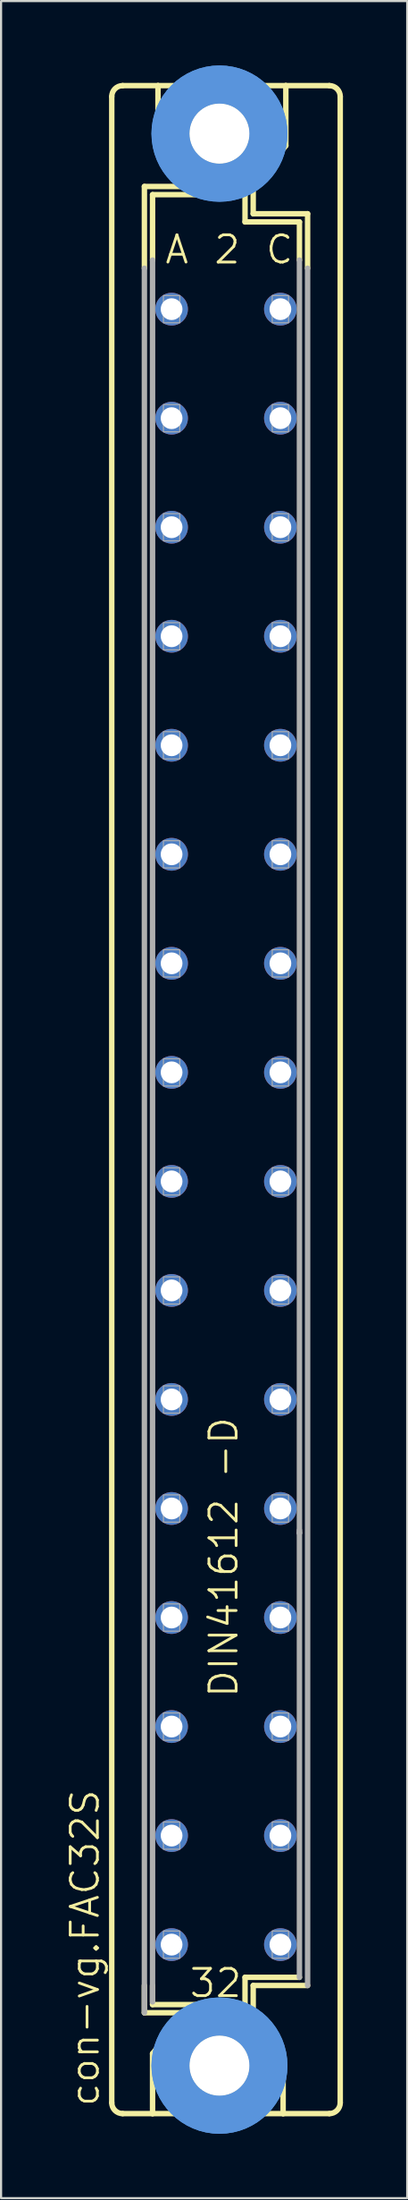
<source format=kicad_pcb>
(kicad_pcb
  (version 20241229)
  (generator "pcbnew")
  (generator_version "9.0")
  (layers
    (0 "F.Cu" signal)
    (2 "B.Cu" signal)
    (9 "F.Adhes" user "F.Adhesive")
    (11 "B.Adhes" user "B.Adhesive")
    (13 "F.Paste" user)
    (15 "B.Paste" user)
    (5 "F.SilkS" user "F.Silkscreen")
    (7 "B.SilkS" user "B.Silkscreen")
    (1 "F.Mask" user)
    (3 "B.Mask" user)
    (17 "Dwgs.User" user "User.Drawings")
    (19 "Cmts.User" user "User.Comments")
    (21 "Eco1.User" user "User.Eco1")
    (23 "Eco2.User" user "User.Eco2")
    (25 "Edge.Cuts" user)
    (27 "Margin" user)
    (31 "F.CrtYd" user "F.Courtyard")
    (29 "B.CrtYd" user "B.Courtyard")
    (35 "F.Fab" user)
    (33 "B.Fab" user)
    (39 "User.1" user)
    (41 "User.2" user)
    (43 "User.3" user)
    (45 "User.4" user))
  (footprint "con-vg.FAC32S"
    (layer "F.Cu")
    (at 7.502 48.184)
    (property "Reference" "con-vg.FAC32S" (at -5.842 46.99 90) (layer "F.SilkS") (effects (font (size 1.27 1.27) (thickness 0.13)) (justify left bottom)))
    (attr through_hole)
    (fp_line (start -5.334 46.736) (end -5.334 -46.736) (stroke (width 0.254) (type default)) (layer "F.SilkS"))
    (fp_line (start -4.826 47.244) (end -3.429 47.244) (stroke (width 0.254) (type default)) (layer "F.SilkS"))
    (fp_line (start -3.81 -38.735) (end -3.81 -42.545) (stroke (width 0.254) (type default)) (layer "F.SilkS"))
    (fp_line (start -3.81 41.275) (end -3.81 42.545) (stroke (width 0.254) (type default)) (layer "F.SilkS"))
    (fp_line (start -3.81 42.545) (end -1.905 42.545) (stroke (width 0.254) (type default)) (layer "F.SilkS"))
    (fp_line (start -3.429 -42.164) (end -3.429 -39.116) (stroke (width 0.254) (type default)) (layer "F.SilkS"))
    (fp_line (start -3.429 41.275) (end -3.429 42.164) (stroke (width 0.254) (type default)) (layer "F.SilkS"))
    (fp_line (start -3.429 47.244) (end -3.429 44.45) (stroke (width 0.254) (type default)) (layer "F.SilkS"))
    (fp_line (start -3.429 47.244) (end 2.667 47.244) (stroke (width 0.254) (type default)) (layer "F.SilkS"))
    (fp_line (start -3.175 -47.244) (end -4.826 -47.244) (stroke (width 0.254) (type default)) (layer "F.SilkS"))
    (fp_line (start -3.175 -47.244) (end -3.175 -44.45) (stroke (width 0.254) (type default)) (layer "F.SilkS"))
    (fp_line (start -1.905 42.545) (end -3.429 44.45) (stroke (width 0.254) (type default)) (layer "F.SilkS"))
    (fp_line (start -1.905 42.545) (end 1.143 42.545) (stroke (width 0.254) (type default)) (layer "F.SilkS"))
    (fp_line (start -1.651 -42.545) (end -3.81 -42.545) (stroke (width 0.254) (type default)) (layer "F.SilkS"))
    (fp_line (start -1.651 -42.545) (end -3.175 -44.45) (stroke (width 0.254) (type default)) (layer "F.SilkS"))
    (fp_line (start 0.889 -42.164) (end -3.429 -42.164) (stroke (width 0.254) (type default)) (layer "F.SilkS"))
    (fp_line (start 0.889 -42.164) (end 0.889 -40.894) (stroke (width 0.254) (type default)) (layer "F.SilkS"))
    (fp_line (start 0.889 -40.894) (end 3.429 -40.894) (stroke (width 0.254) (type default)) (layer "F.SilkS"))
    (fp_line (start 0.889 40.894) (end 0.889 42.164) (stroke (width 0.254) (type default)) (layer "F.SilkS"))
    (fp_line (start 0.889 42.164) (end -3.429 42.164) (stroke (width 0.254) (type default)) (layer "F.SilkS"))
    (fp_line (start 1.143 42.545) (end 1.27 42.545) (stroke (width 0.254) (type default)) (layer "F.SilkS"))
    (fp_line (start 1.143 42.545) (end 2.667 44.45) (stroke (width 0.254) (type default)) (layer "F.SilkS"))
    (fp_line (start 1.27 -42.545) (end -1.651 -42.545) (stroke (width 0.254) (type default)) (layer "F.SilkS"))
    (fp_line (start 1.27 -42.545) (end 2.794 -44.45) (stroke (width 0.254) (type default)) (layer "F.SilkS"))
    (fp_line (start 1.27 -41.275) (end 1.27 -42.545) (stroke (width 0.254) (type default)) (layer "F.SilkS"))
    (fp_line (start 1.27 41.275) (end 3.81 41.275) (stroke (width 0.254) (type default)) (layer "F.SilkS"))
    (fp_line (start 1.27 42.545) (end 1.27 41.275) (stroke (width 0.254) (type default)) (layer "F.SilkS"))
    (fp_line (start 2.667 47.244) (end 2.667 44.45) (stroke (width 0.254) (type default)) (layer "F.SilkS"))
    (fp_line (start 2.667 47.244) (end 4.826 47.244) (stroke (width 0.254) (type default)) (layer "F.SilkS"))
    (fp_line (start 2.794 -47.244) (end -3.175 -47.244) (stroke (width 0.254) (type default)) (layer "F.SilkS"))
    (fp_line (start 2.794 -47.244) (end 2.794 -44.45) (stroke (width 0.254) (type default)) (layer "F.SilkS"))
    (fp_line (start 3.429 -39.116) (end 3.429 -40.894) (stroke (width 0.254) (type default)) (layer "F.SilkS"))
    (fp_line (start 3.429 40.894) (end 0.889 40.894) (stroke (width 0.254) (type default)) (layer "F.SilkS"))
    (fp_line (start 3.81 -41.275) (end 1.27 -41.275) (stroke (width 0.254) (type default)) (layer "F.SilkS"))
    (fp_line (start 3.81 -38.735) (end 3.81 -41.275) (stroke (width 0.254) (type default)) (layer "F.SilkS"))
    (fp_line (start 4.826 -47.244) (end 2.794 -47.244) (stroke (width 0.254) (type default)) (layer "F.SilkS"))
    (fp_line (start 5.334 46.736) (end 5.334 -46.736) (stroke (width 0.254) (type default)) (layer "F.SilkS"))
    (fp_arc (start -5.334 -46.736) (mid -5.18521 -47.09521) (end -4.826 -47.244) (stroke (width 0.254) (type default)) (layer "F.SilkS"))
    (fp_arc (start -4.826 47.244) (mid -5.18521 47.09521) (end -5.334 46.736) (stroke (width 0.254) (type default)) (layer "F.SilkS"))
    (fp_arc (start 4.826 -47.244) (mid 5.18521 -47.09521) (end 5.334 -46.736) (stroke (width 0.254) (type default)) (layer "F.SilkS"))
    (fp_arc (start 5.334 46.736) (mid 5.18521 47.09521) (end 4.826 47.244) (stroke (width 0.254) (type default)) (layer "F.SilkS"))
    (fp_circle (center -0.305 -45.009) (end 0.965 -45.009) (stroke (width 0.254) (type default)) (fill no) (layer "F.SilkS"))
    (fp_circle (center -0.305 45.009) (end 0.965 45.009) (stroke (width 0.254) (type default)) (fill no) (layer "F.SilkS"))
    (fp_circle (center -0.305 -45.009) (end 1.981 -45.009) (stroke (width 1.778) (type default)) (fill no) (layer "Cmts.User"))
    (fp_circle (center -0.305 -45.009) (end 1.981 -45.009) (stroke (width 1.778) (type default)) (fill no) (layer "Cmts.User"))
    (fp_circle (center -0.305 45.009) (end 1.981 45.009) (stroke (width 1.778) (type default)) (fill no) (layer "Cmts.User"))
    (fp_circle (center -0.305 45.009) (end 1.981 45.009) (stroke (width 1.778) (type default)) (fill no) (layer "Cmts.User"))
    (fp_line (start -3.81 -38.735) (end -3.81 42.545) (stroke (width 0.254) (type default)) (layer "F.Fab"))
    (fp_line (start -3.429 -39.116) (end -3.429 42.037) (stroke (width 0.254) (type default)) (layer "F.Fab"))
    (fp_line (start 3.429 20.193) (end 3.429 -39.116) (stroke (width 0.254) (type default)) (layer "F.Fab"))
    (fp_line (start 3.429 20.193) (end 3.429 20.066) (stroke (width 0.254) (type default)) (layer "F.Fab"))
    (fp_line (start 3.429 40.894) (end 3.429 20.193) (stroke (width 0.254) (type default)) (layer "F.Fab"))
    (fp_line (start 3.81 -38.735) (end 3.81 41.275) (stroke (width 0.254) (type default)) (layer "F.Fab"))
    (fp_rect (start -2.921 -36.195) (end -2.159 -37.465) (stroke (width 0.05) (type default)) (fill no) (layer "F.Fab"))
    (fp_rect (start -2.921 -31.115) (end -2.159 -32.385) (stroke (width 0.05) (type default)) (fill no) (layer "F.Fab"))
    (fp_rect (start -2.921 -26.035) (end -2.159 -27.305) (stroke (width 0.05) (type default)) (fill no) (layer "F.Fab"))
    (fp_rect (start -2.921 -20.955) (end -2.159 -22.225) (stroke (width 0.05) (type default)) (fill no) (layer "F.Fab"))
    (fp_rect (start -2.921 -15.875) (end -2.159 -17.145) (stroke (width 0.05) (type default)) (fill no) (layer "F.Fab"))
    (fp_rect (start -2.921 -10.795) (end -2.159 -12.065) (stroke (width 0.05) (type default)) (fill no) (layer "F.Fab"))
    (fp_rect (start -2.921 -5.715) (end -2.159 -6.985) (stroke (width 0.05) (type default)) (fill no) (layer "F.Fab"))
    (fp_rect (start -2.921 -0.635) (end -2.159 -1.905) (stroke (width 0.05) (type default)) (fill no) (layer "F.Fab"))
    (fp_rect (start -2.921 4.445) (end -2.159 3.175) (stroke (width 0.05) (type default)) (fill no) (layer "F.Fab"))
    (fp_rect (start -2.921 9.525) (end -2.159 8.255) (stroke (width 0.05) (type default)) (fill no) (layer "F.Fab"))
    (fp_rect (start -2.921 14.605) (end -2.159 13.335) (stroke (width 0.05) (type default)) (fill no) (layer "F.Fab"))
    (fp_rect (start -2.921 19.685) (end -2.159 18.415) (stroke (width 0.05) (type default)) (fill no) (layer "F.Fab"))
    (fp_rect (start -2.921 24.765) (end -2.159 23.495) (stroke (width 0.05) (type default)) (fill no) (layer "F.Fab"))
    (fp_rect (start -2.921 29.845) (end -2.159 28.575) (stroke (width 0.05) (type default)) (fill no) (layer "F.Fab"))
    (fp_rect (start -2.921 34.925) (end -2.159 33.655) (stroke (width 0.05) (type default)) (fill no) (layer "F.Fab"))
    (fp_rect (start -2.921 40.005) (end -2.159 38.735) (stroke (width 0.05) (type default)) (fill no) (layer "F.Fab"))
    (fp_rect (start 2.159 -36.195) (end 2.921 -37.465) (stroke (width 0.05) (type default)) (fill no) (layer "F.Fab"))
    (fp_rect (start 2.159 -31.115) (end 2.921 -32.385) (stroke (width 0.05) (type default)) (fill no) (layer "F.Fab"))
    (fp_rect (start 2.159 -26.035) (end 2.921 -27.305) (stroke (width 0.05) (type default)) (fill no) (layer "F.Fab"))
    (fp_rect (start 2.159 -20.955) (end 2.921 -22.225) (stroke (width 0.05) (type default)) (fill no) (layer "F.Fab"))
    (fp_rect (start 2.159 -15.875) (end 2.921 -17.145) (stroke (width 0.05) (type default)) (fill no) (layer "F.Fab"))
    (fp_rect (start 2.159 -10.795) (end 2.921 -12.065) (stroke (width 0.05) (type default)) (fill no) (layer "F.Fab"))
    (fp_rect (start 2.159 -5.715) (end 2.921 -6.985) (stroke (width 0.05) (type default)) (fill no) (layer "F.Fab"))
    (fp_rect (start 2.159 -0.635) (end 2.921 -1.905) (stroke (width 0.05) (type default)) (fill no) (layer "F.Fab"))
    (fp_rect (start 2.159 4.445) (end 2.921 3.175) (stroke (width 0.05) (type default)) (fill no) (layer "F.Fab"))
    (fp_rect (start 2.159 9.525) (end 2.921 8.255) (stroke (width 0.05) (type default)) (fill no) (layer "F.Fab"))
    (fp_rect (start 2.159 14.605) (end 2.921 13.335) (stroke (width 0.05) (type default)) (fill no) (layer "F.Fab"))
    (fp_rect (start 2.159 19.685) (end 2.921 18.415) (stroke (width 0.05) (type default)) (fill no) (layer "F.Fab"))
    (fp_rect (start 2.159 24.765) (end 2.921 23.495) (stroke (width 0.05) (type default)) (fill no) (layer "F.Fab"))
    (fp_rect (start 2.159 29.845) (end 2.921 28.575) (stroke (width 0.05) (type default)) (fill no) (layer "F.Fab"))
    (fp_rect (start 2.159 34.925) (end 2.921 33.655) (stroke (width 0.05) (type default)) (fill no) (layer "F.Fab"))
    (fp_rect (start 2.159 40.005) (end 2.921 38.735) (stroke (width 0.05) (type default)) (fill no) (layer "F.Fab"))
    (fp_text user "A" (at -2.921 -38.862 0) (layer "F.SilkS") (effects (font (size 1.27 1.27) (thickness 0.13)) (justify left bottom)))
    (fp_text user "C" (at 1.778 -38.862 0) (layer "F.SilkS") (effects (font (size 1.27 1.27) (thickness 0.13)) (justify left bottom)))
    (fp_text user "32" (at -1.778 41.91 0) (layer "F.SilkS") (effects (font (size 1.27 1.27) (thickness 0.13)) (justify left bottom)))
    (fp_text user "DIN41612 -D" (at 0.635 27.94 90) (layer "F.SilkS") (effects (font (size 1.27 1.27) (thickness 0.13)) (justify left bottom)))
    (fp_text user "2" (at -0.635 -38.862 0) (layer "F.SilkS") (effects (font (size 1.27 1.27) (thickness 0.13)) (justify left bottom)))
    (pad "" np_thru_hole circle (at -0.305 -45.009) (size 2.794 2.794) (drill 2.794) (layers "*.Cu" "*.Mask"))
    (pad "" np_thru_hole circle (at -0.305 45.009) (size 2.794 2.794) (drill 2.794) (layers "*.Cu" "*.Mask"))
    (pad "A2" thru_hole circle (at -2.54 -36.83) (size 1.524 1.524) (drill 1.016) (layers "*.Cu" "*.Mask"))
    (pad "A4" thru_hole circle (at -2.54 -31.75) (size 1.524 1.524) (drill 1.016) (layers "*.Cu" "*.Mask"))
    (pad "A6" thru_hole circle (at -2.54 -26.67) (size 1.524 1.524) (drill 1.016) (layers "*.Cu" "*.Mask"))
    (pad "A8" thru_hole circle (at -2.54 -21.59) (size 1.524 1.524) (drill 1.016) (layers "*.Cu" "*.Mask"))
    (pad "A10" thru_hole circle (at -2.54 -16.51) (size 1.524 1.524) (drill 1.016) (layers "*.Cu" "*.Mask"))
    (pad "A12" thru_hole circle (at -2.54 -11.43) (size 1.524 1.524) (drill 1.016) (layers "*.Cu" "*.Mask"))
    (pad "A14" thru_hole circle (at -2.54 -6.35) (size 1.524 1.524) (drill 1.016) (layers "*.Cu" "*.Mask"))
    (pad "A16" thru_hole circle (at -2.54 -1.27) (size 1.524 1.524) (drill 1.016) (layers "*.Cu" "*.Mask"))
    (pad "A18" thru_hole circle (at -2.54 3.81) (size 1.524 1.524) (drill 1.016) (layers "*.Cu" "*.Mask"))
    (pad "A20" thru_hole circle (at -2.54 8.89) (size 1.524 1.524) (drill 1.016) (layers "*.Cu" "*.Mask"))
    (pad "A22" thru_hole circle (at -2.54 13.97) (size 1.524 1.524) (drill 1.016) (layers "*.Cu" "*.Mask"))
    (pad "A24" thru_hole circle (at -2.54 19.05) (size 1.524 1.524) (drill 1.016) (layers "*.Cu" "*.Mask"))
    (pad "A26" thru_hole circle (at -2.54 24.13) (size 1.524 1.524) (drill 1.016) (layers "*.Cu" "*.Mask"))
    (pad "A28" thru_hole circle (at -2.54 29.21) (size 1.524 1.524) (drill 1.016) (layers "*.Cu" "*.Mask"))
    (pad "A30" thru_hole circle (at -2.54 34.29) (size 1.524 1.524) (drill 1.016) (layers "*.Cu" "*.Mask"))
    (pad "A32" thru_hole circle (at -2.54 39.37) (size 1.524 1.524) (drill 1.016) (layers "*.Cu" "*.Mask"))
    (pad "C2" thru_hole circle (at 2.54 -36.83) (size 1.524 1.524) (drill 1.016) (layers "*.Cu" "*.Mask"))
    (pad "C4" thru_hole circle (at 2.54 -31.75) (size 1.524 1.524) (drill 1.016) (layers "*.Cu" "*.Mask"))
    (pad "C6" thru_hole circle (at 2.54 -26.67) (size 1.524 1.524) (drill 1.016) (layers "*.Cu" "*.Mask"))
    (pad "C8" thru_hole circle (at 2.54 -21.59) (size 1.524 1.524) (drill 1.016) (layers "*.Cu" "*.Mask"))
    (pad "C10" thru_hole circle (at 2.54 -16.51) (size 1.524 1.524) (drill 1.016) (layers "*.Cu" "*.Mask"))
    (pad "C12" thru_hole circle (at 2.54 -11.43) (size 1.524 1.524) (drill 1.016) (layers "*.Cu" "*.Mask"))
    (pad "C14" thru_hole circle (at 2.54 -6.35) (size 1.524 1.524) (drill 1.016) (layers "*.Cu" "*.Mask"))
    (pad "C16" thru_hole circle (at 2.54 -1.27) (size 1.524 1.524) (drill 1.016) (layers "*.Cu" "*.Mask"))
    (pad "C18" thru_hole circle (at 2.54 3.81) (size 1.524 1.524) (drill 1.016) (layers "*.Cu" "*.Mask"))
    (pad "C20" thru_hole circle (at 2.54 8.89) (size 1.524 1.524) (drill 1.016) (layers "*.Cu" "*.Mask"))
    (pad "C22" thru_hole circle (at 2.54 13.97) (size 1.524 1.524) (drill 1.016) (layers "*.Cu" "*.Mask"))
    (pad "C24" thru_hole circle (at 2.54 19.05) (size 1.524 1.524) (drill 1.016) (layers "*.Cu" "*.Mask"))
    (pad "C26" thru_hole circle (at 2.54 24.13) (size 1.524 1.524) (drill 1.016) (layers "*.Cu" "*.Mask"))
    (pad "C28" thru_hole circle (at 2.54 29.21) (size 1.524 1.524) (drill 1.016) (layers "*.Cu" "*.Mask"))
    (pad "C30" thru_hole circle (at 2.54 34.29) (size 1.524 1.524) (drill 1.016) (layers "*.Cu" "*.Mask"))
    (pad "C32" thru_hole circle (at 2.54 39.37) (size 1.524 1.524) (drill 1.016) (layers "*.Cu" "*.Mask")))
  (gr_rect
    (start -3 -3)
    (end 15.963 99.368)
    (stroke (width 0.1) (type default))
    (fill no)
    (layer "Edge.Cuts")))
</source>
